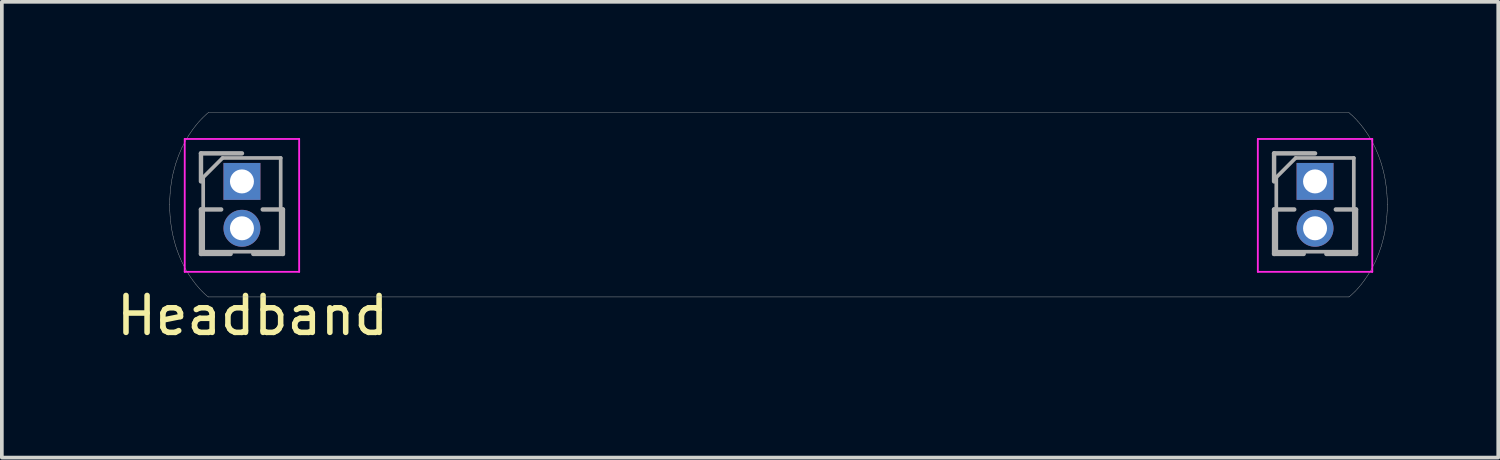
<source format=kicad_pcb>
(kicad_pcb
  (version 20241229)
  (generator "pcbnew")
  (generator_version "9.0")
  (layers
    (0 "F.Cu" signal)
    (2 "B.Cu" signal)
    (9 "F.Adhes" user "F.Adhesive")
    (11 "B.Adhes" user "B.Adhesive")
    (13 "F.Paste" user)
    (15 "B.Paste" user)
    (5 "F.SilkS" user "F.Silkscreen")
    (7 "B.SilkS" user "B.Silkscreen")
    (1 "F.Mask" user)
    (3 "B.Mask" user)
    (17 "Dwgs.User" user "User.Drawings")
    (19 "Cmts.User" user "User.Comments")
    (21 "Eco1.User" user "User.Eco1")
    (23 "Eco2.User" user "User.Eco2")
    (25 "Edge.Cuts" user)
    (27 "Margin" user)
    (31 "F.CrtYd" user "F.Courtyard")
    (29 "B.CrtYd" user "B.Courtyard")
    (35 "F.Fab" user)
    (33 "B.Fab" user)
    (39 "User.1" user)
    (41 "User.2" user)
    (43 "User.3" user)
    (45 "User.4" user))
  (footprint "Headband"
    (layer "F.Cu")
    (at 18.042 2.5)
    (property "Reference" "Headband" (at -14.25 3 0) (layer "F.SilkS") (effects (font (size 1 1) (thickness 0.15))))
    (attr through_hole)
    (fp_line (start -16.087 -1.785) (end -16.087 1.815) (stroke (width 0.05) (type solid)) (layer "F.CrtYd"))
    (fp_line (start -16.087 1.815) (end -12.987 1.815) (stroke (width 0.05) (type solid)) (layer "F.CrtYd"))
    (fp_line (start -12.987 -1.785) (end -16.087 -1.785) (stroke (width 0.05) (type solid)) (layer "F.CrtYd"))
    (fp_line (start -12.987 1.815) (end -12.987 -1.785) (stroke (width 0.05) (type solid)) (layer "F.CrtYd"))
    (fp_line (start 12.987 -1.785) (end 12.987 1.815) (stroke (width 0.05) (type solid)) (layer "F.CrtYd"))
    (fp_line (start 12.987 1.815) (end 16.087 1.815) (stroke (width 0.05) (type solid)) (layer "F.CrtYd"))
    (fp_line (start 16.087 -1.785) (end 12.987 -1.785) (stroke (width 0.05) (type solid)) (layer "F.CrtYd"))
    (fp_line (start 16.087 1.815) (end 16.087 -1.785) (stroke (width 0.05) (type solid)) (layer "F.CrtYd"))
    (fp_line (start -16.495 0) (end -16.495 0) (stroke (width 0.01) (type solid)) (layer "F.Fab"))
    (fp_line (start -16.495 0) (end -16.492 -0.158) (stroke (width 0.01) (type solid)) (layer "F.Fab"))
    (fp_line (start -16.492 -0.158) (end -16.483 -0.311) (stroke (width 0.01) (type solid)) (layer "F.Fab"))
    (fp_line (start -16.492 0.158) (end -16.495 0) (stroke (width 0.01) (type solid)) (layer "F.Fab"))
    (fp_line (start -16.483 -0.311) (end -16.469 -0.458) (stroke (width 0.01) (type solid)) (layer "F.Fab"))
    (fp_line (start -16.483 0.311) (end -16.492 0.158) (stroke (width 0.01) (type solid)) (layer "F.Fab"))
    (fp_line (start -16.469 -0.458) (end -16.45 -0.6) (stroke (width 0.01) (type solid)) (layer "F.Fab"))
    (fp_line (start -16.469 0.458) (end -16.483 0.311) (stroke (width 0.01) (type solid)) (layer "F.Fab"))
    (fp_line (start -16.45 -0.6) (end -16.427 -0.736) (stroke (width 0.01) (type solid)) (layer "F.Fab"))
    (fp_line (start -16.45 0.6) (end -16.469 0.458) (stroke (width 0.01) (type solid)) (layer "F.Fab"))
    (fp_line (start -16.427 -0.736) (end -16.399 -0.867) (stroke (width 0.01) (type solid)) (layer "F.Fab"))
    (fp_line (start -16.427 0.736) (end -16.45 0.6) (stroke (width 0.01) (type solid)) (layer "F.Fab"))
    (fp_line (start -16.399 -0.867) (end -16.332 -1.114) (stroke (width 0.01) (type solid)) (layer "F.Fab"))
    (fp_line (start -16.399 0.867) (end -16.427 0.736) (stroke (width 0.01) (type solid)) (layer "F.Fab"))
    (fp_line (start -16.367 0.993) (end -16.399 0.867) (stroke (width 0.01) (type solid)) (layer "F.Fab"))
    (fp_line (start -16.332 -1.114) (end -16.253 -1.339) (stroke (width 0.01) (type solid)) (layer "F.Fab"))
    (fp_line (start -16.332 1.114) (end -16.367 0.993) (stroke (width 0.01) (type solid)) (layer "F.Fab"))
    (fp_line (start -16.294 1.229) (end -16.332 1.114) (stroke (width 0.01) (type solid)) (layer "F.Fab"))
    (fp_line (start -16.253 -1.339) (end -16.165 -1.544) (stroke (width 0.01) (type solid)) (layer "F.Fab"))
    (fp_line (start -16.253 1.339) (end -16.294 1.229) (stroke (width 0.01) (type solid)) (layer "F.Fab"))
    (fp_line (start -16.21 1.444) (end -16.253 1.339) (stroke (width 0.01) (type solid)) (layer "F.Fab"))
    (fp_line (start -16.165 -1.544) (end -16.071 -1.727) (stroke (width 0.01) (type solid)) (layer "F.Fab"))
    (fp_line (start -16.165 1.544) (end -16.21 1.444) (stroke (width 0.01) (type solid)) (layer "F.Fab"))
    (fp_line (start -16.119 1.638) (end -16.165 1.544) (stroke (width 0.01) (type solid)) (layer "F.Fab"))
    (fp_line (start -16.071 -1.727) (end -15.974 -1.891) (stroke (width 0.01) (type solid)) (layer "F.Fab"))
    (fp_line (start -16.071 1.727) (end -16.119 1.638) (stroke (width 0.01) (type solid)) (layer "F.Fab"))
    (fp_line (start -16.022 1.812) (end -16.071 1.727) (stroke (width 0.01) (type solid)) (layer "F.Fab"))
    (fp_line (start -15.974 -1.891) (end -15.876 -2.034) (stroke (width 0.01) (type solid)) (layer "F.Fab"))
    (fp_line (start -15.974 1.891) (end -16.022 1.812) (stroke (width 0.01) (type solid)) (layer "F.Fab"))
    (fp_line (start -15.925 1.965) (end -15.974 1.891) (stroke (width 0.01) (type solid)) (layer "F.Fab"))
    (fp_line (start -15.876 -2.034) (end -15.782 -2.158) (stroke (width 0.01) (type solid)) (layer "F.Fab"))
    (fp_line (start -15.876 2.034) (end -15.925 1.965) (stroke (width 0.01) (type solid)) (layer "F.Fab"))
    (fp_line (start -15.782 -2.158) (end -15.694 -2.262) (stroke (width 0.01) (type solid)) (layer "F.Fab"))
    (fp_line (start -15.782 2.158) (end -15.876 2.034) (stroke (width 0.01) (type solid)) (layer "F.Fab"))
    (fp_line (start -15.694 -2.262) (end -15.615 -2.346) (stroke (width 0.01) (type solid)) (layer "F.Fab"))
    (fp_line (start -15.694 2.262) (end -15.782 2.158) (stroke (width 0.01) (type solid)) (layer "F.Fab"))
    (fp_line (start -15.647 -1.395) (end -14.537 -1.395) (stroke (width 0.12) (type solid)) (layer "F.Fab"))
    (fp_line (start -15.647 -0.635) (end -15.647 -1.395) (stroke (width 0.12) (type solid)) (layer "F.Fab"))
    (fp_line (start -15.647 0.125) (end -15.647 1.33) (stroke (width 0.12) (type solid)) (layer "F.Fab"))
    (fp_line (start -15.647 0.125) (end -15.1 0.125) (stroke (width 0.12) (type solid)) (layer "F.Fab"))
    (fp_line (start -15.647 1.33) (end -14.844 1.33) (stroke (width 0.12) (type solid)) (layer "F.Fab"))
    (fp_line (start -15.615 -2.346) (end -15.497 -2.458) (stroke (width 0.01) (type solid)) (layer "F.Fab"))
    (fp_line (start -15.615 2.346) (end -15.694 2.262) (stroke (width 0.01) (type solid)) (layer "F.Fab"))
    (fp_line (start -15.587 -0.745) (end -15.062 -1.27) (stroke (width 0.1) (type solid)) (layer "F.Fab"))
    (fp_line (start -15.587 1.27) (end -15.587 -0.745) (stroke (width 0.1) (type solid)) (layer "F.Fab"))
    (fp_line (start -15.548 2.412) (end -15.615 2.346) (stroke (width 0.01) (type solid)) (layer "F.Fab"))
    (fp_line (start -15.497 -2.458) (end -15.452 -2.495) (stroke (width 0.01) (type solid)) (layer "F.Fab"))
    (fp_line (start -15.497 2.458) (end -15.548 2.412) (stroke (width 0.01) (type solid)) (layer "F.Fab"))
    (fp_line (start -15.452 -2.495) (end -15.452 -2.495) (stroke (width 0.01) (type solid)) (layer "F.Fab"))
    (fp_line (start -15.452 -2.495) (end -15.452 -2.495) (stroke (width 0.01) (type solid)) (layer "F.Fab"))
    (fp_line (start -15.452 -2.495) (end 15.457 -2.495) (stroke (width 0.01) (type solid)) (layer "F.Fab"))
    (fp_line (start -15.452 2.495) (end -15.497 2.458) (stroke (width 0.01) (type solid)) (layer "F.Fab"))
    (fp_line (start -15.452 2.495) (end -15.452 2.495) (stroke (width 0.01) (type solid)) (layer "F.Fab"))
    (fp_line (start -15.062 -1.27) (end -13.487 -1.27) (stroke (width 0.1) (type solid)) (layer "F.Fab"))
    (fp_line (start -14.229 1.33) (end -13.427 1.33) (stroke (width 0.12) (type solid)) (layer "F.Fab"))
    (fp_line (start -13.973 0.125) (end -13.427 0.125) (stroke (width 0.12) (type solid)) (layer "F.Fab"))
    (fp_line (start -13.487 -1.27) (end -13.487 1.27) (stroke (width 0.1) (type solid)) (layer "F.Fab"))
    (fp_line (start -13.487 1.27) (end -15.587 1.27) (stroke (width 0.1) (type solid)) (layer "F.Fab"))
    (fp_line (start -13.427 0.125) (end -13.427 1.33) (stroke (width 0.12) (type solid)) (layer "F.Fab"))
    (fp_line (start 13.427 -1.395) (end 14.537 -1.395) (stroke (width 0.12) (type solid)) (layer "F.Fab"))
    (fp_line (start 13.427 -0.635) (end 13.427 -1.395) (stroke (width 0.12) (type solid)) (layer "F.Fab"))
    (fp_line (start 13.427 0.125) (end 13.427 1.33) (stroke (width 0.12) (type solid)) (layer "F.Fab"))
    (fp_line (start 13.427 0.125) (end 13.973 0.125) (stroke (width 0.12) (type solid)) (layer "F.Fab"))
    (fp_line (start 13.427 1.33) (end 14.229 1.33) (stroke (width 0.12) (type solid)) (layer "F.Fab"))
    (fp_line (start 13.487 -0.745) (end 14.012 -1.27) (stroke (width 0.1) (type solid)) (layer "F.Fab"))
    (fp_line (start 13.487 1.27) (end 13.487 -0.745) (stroke (width 0.1) (type solid)) (layer "F.Fab"))
    (fp_line (start 14.012 -1.27) (end 15.587 -1.27) (stroke (width 0.1) (type solid)) (layer "F.Fab"))
    (fp_line (start 14.844 1.33) (end 15.647 1.33) (stroke (width 0.12) (type solid)) (layer "F.Fab"))
    (fp_line (start 15.1 0.125) (end 15.647 0.125) (stroke (width 0.12) (type solid)) (layer "F.Fab"))
    (fp_line (start 15.457 -2.495) (end 15.457 -2.495) (stroke (width 0.01) (type solid)) (layer "F.Fab"))
    (fp_line (start 15.457 -2.495) (end 15.502 -2.458) (stroke (width 0.01) (type solid)) (layer "F.Fab"))
    (fp_line (start 15.457 2.495) (end -15.452 2.495) (stroke (width 0.01) (type solid)) (layer "F.Fab"))
    (fp_line (start 15.457 2.495) (end 15.457 2.495) (stroke (width 0.01) (type solid)) (layer "F.Fab"))
    (fp_line (start 15.502 -2.458) (end 15.553 -2.412) (stroke (width 0.01) (type solid)) (layer "F.Fab"))
    (fp_line (start 15.502 2.458) (end 15.457 2.495) (stroke (width 0.01) (type solid)) (layer "F.Fab"))
    (fp_line (start 15.553 -2.412) (end 15.62 -2.347) (stroke (width 0.01) (type solid)) (layer "F.Fab"))
    (fp_line (start 15.587 -1.27) (end 15.587 1.27) (stroke (width 0.1) (type solid)) (layer "F.Fab"))
    (fp_line (start 15.587 1.27) (end 13.487 1.27) (stroke (width 0.1) (type solid)) (layer "F.Fab"))
    (fp_line (start 15.62 -2.347) (end 15.698 -2.263) (stroke (width 0.01) (type solid)) (layer "F.Fab"))
    (fp_line (start 15.62 2.347) (end 15.502 2.458) (stroke (width 0.01) (type solid)) (layer "F.Fab"))
    (fp_line (start 15.647 0.125) (end 15.647 1.33) (stroke (width 0.12) (type solid)) (layer "F.Fab"))
    (fp_line (start 15.698 -2.263) (end 15.786 -2.159) (stroke (width 0.01) (type solid)) (layer "F.Fab"))
    (fp_line (start 15.698 2.263) (end 15.62 2.347) (stroke (width 0.01) (type solid)) (layer "F.Fab"))
    (fp_line (start 15.786 -2.159) (end 15.832 -2.1) (stroke (width 0.01) (type solid)) (layer "F.Fab"))
    (fp_line (start 15.786 2.159) (end 15.698 2.263) (stroke (width 0.01) (type solid)) (layer "F.Fab"))
    (fp_line (start 15.832 -2.1) (end 15.879 -2.036) (stroke (width 0.01) (type solid)) (layer "F.Fab"))
    (fp_line (start 15.879 -2.036) (end 15.928 -1.967) (stroke (width 0.01) (type solid)) (layer "F.Fab"))
    (fp_line (start 15.879 2.036) (end 15.786 2.159) (stroke (width 0.01) (type solid)) (layer "F.Fab"))
    (fp_line (start 15.928 -1.967) (end 15.976 -1.893) (stroke (width 0.01) (type solid)) (layer "F.Fab"))
    (fp_line (start 15.976 -1.893) (end 16.025 -1.814) (stroke (width 0.01) (type solid)) (layer "F.Fab"))
    (fp_line (start 15.976 1.893) (end 15.879 2.036) (stroke (width 0.01) (type solid)) (layer "F.Fab"))
    (fp_line (start 16.025 -1.814) (end 16.073 -1.729) (stroke (width 0.01) (type solid)) (layer "F.Fab"))
    (fp_line (start 16.073 -1.729) (end 16.12 -1.64) (stroke (width 0.01) (type solid)) (layer "F.Fab"))
    (fp_line (start 16.073 1.729) (end 15.976 1.893) (stroke (width 0.01) (type solid)) (layer "F.Fab"))
    (fp_line (start 16.12 -1.64) (end 16.167 -1.546) (stroke (width 0.01) (type solid)) (layer "F.Fab"))
    (fp_line (start 16.167 -1.546) (end 16.211 -1.446) (stroke (width 0.01) (type solid)) (layer "F.Fab"))
    (fp_line (start 16.167 1.546) (end 16.073 1.729) (stroke (width 0.01) (type solid)) (layer "F.Fab"))
    (fp_line (start 16.211 -1.446) (end 16.254 -1.341) (stroke (width 0.01) (type solid)) (layer "F.Fab"))
    (fp_line (start 16.254 -1.341) (end 16.295 -1.231) (stroke (width 0.01) (type solid)) (layer "F.Fab"))
    (fp_line (start 16.254 1.341) (end 16.167 1.546) (stroke (width 0.01) (type solid)) (layer "F.Fab"))
    (fp_line (start 16.295 -1.231) (end 16.333 -1.116) (stroke (width 0.01) (type solid)) (layer "F.Fab"))
    (fp_line (start 16.333 -1.116) (end 16.368 -0.995) (stroke (width 0.01) (type solid)) (layer "F.Fab"))
    (fp_line (start 16.333 1.116) (end 16.254 1.341) (stroke (width 0.01) (type solid)) (layer "F.Fab"))
    (fp_line (start 16.368 -0.995) (end 16.399 -0.869) (stroke (width 0.01) (type solid)) (layer "F.Fab"))
    (fp_line (start 16.399 -0.869) (end 16.427 -0.738) (stroke (width 0.01) (type solid)) (layer "F.Fab"))
    (fp_line (start 16.399 0.869) (end 16.333 1.116) (stroke (width 0.01) (type solid)) (layer "F.Fab"))
    (fp_line (start 16.427 -0.738) (end 16.45 -0.601) (stroke (width 0.01) (type solid)) (layer "F.Fab"))
    (fp_line (start 16.427 0.738) (end 16.399 0.869) (stroke (width 0.01) (type solid)) (layer "F.Fab"))
    (fp_line (start 16.45 -0.601) (end 16.469 -0.459) (stroke (width 0.01) (type solid)) (layer "F.Fab"))
    (fp_line (start 16.45 0.601) (end 16.427 0.738) (stroke (width 0.01) (type solid)) (layer "F.Fab"))
    (fp_line (start 16.469 -0.459) (end 16.483 -0.312) (stroke (width 0.01) (type solid)) (layer "F.Fab"))
    (fp_line (start 16.469 0.459) (end 16.45 0.601) (stroke (width 0.01) (type solid)) (layer "F.Fab"))
    (fp_line (start 16.483 -0.312) (end 16.492 -0.159) (stroke (width 0.01) (type solid)) (layer "F.Fab"))
    (fp_line (start 16.483 0.312) (end 16.469 0.459) (stroke (width 0.01) (type solid)) (layer "F.Fab"))
    (fp_line (start 16.492 -0.159) (end 16.495 0) (stroke (width 0.01) (type solid)) (layer "F.Fab"))
    (fp_line (start 16.492 0.159) (end 16.483 0.312) (stroke (width 0.01) (type solid)) (layer "F.Fab"))
    (fp_line (start 16.495 0) (end 16.492 0.159) (stroke (width 0.01) (type solid)) (layer "F.Fab"))
    (fp_line (start 16.495 0) (end 16.495 0) (stroke (width 0.01) (type solid)) (layer "F.Fab"))
    (pad "1" thru_hole rect (at -14.537 -0.635) (size 1 1) (drill 0.65) (layers "*.Cu" "*.Mask"))
    (pad "1" thru_hole rect (at 14.537 -0.635) (size 1 1) (drill 0.65) (layers "*.Cu" "*.Mask"))
    (pad "2" thru_hole oval (at -14.537 0.635) (size 1 1) (drill 0.65) (layers "*.Cu" "*.Mask"))
    (pad "2" thru_hole oval (at 14.537 0.635) (size 1 1) (drill 0.65) (layers "*.Cu" "*.Mask")))
  (gr_rect
    (start -3 -3)
    (end 37.542 9.348)
    (stroke (width 0.1) (type default))
    (fill no)
    (layer "Edge.Cuts")))
</source>
